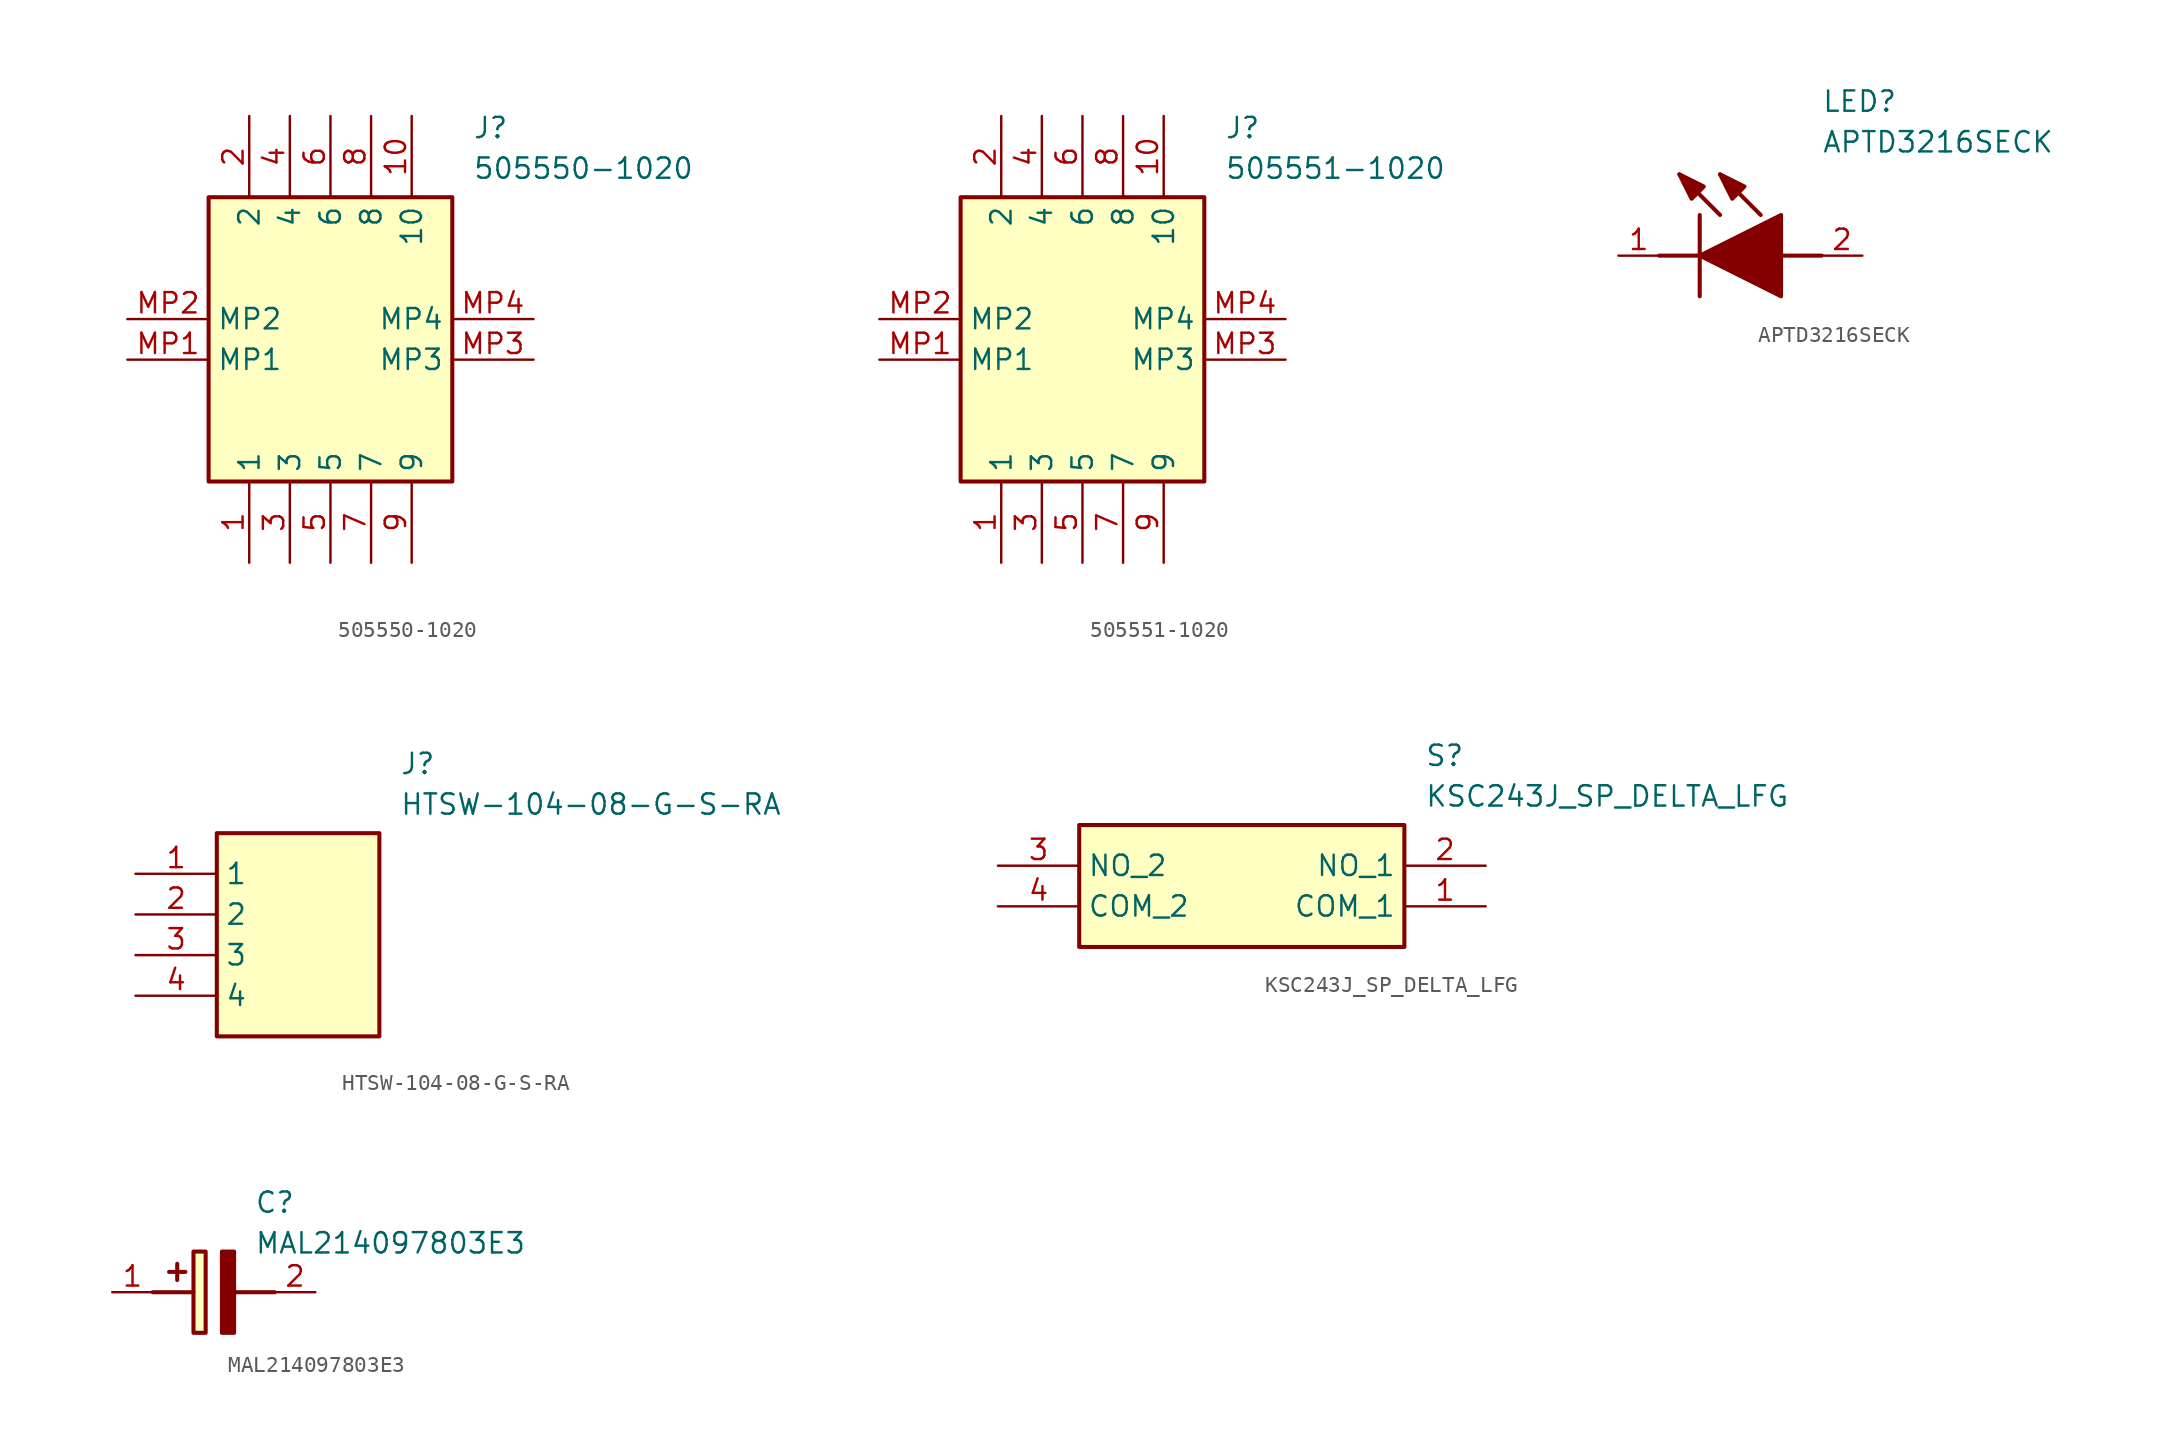
<source format=kicad_sym>
(kicad_symbol_lib
  (version 20220914)
  (generator SamacSys_ECAD_Model)
  (symbol "505550-1020"
    (property "Reference" "J"
      (at 21.59 12.7 0)
      (effects (font (size 1.27 1.27)) (justify left top)))
    (property "Value" "505550-1020"
      (at 21.59 10.16 0)
      (effects (font (size 1.27 1.27)) (justify left top)))
    (rectangle
      (start 5.08 7.62)
      (end 20.32 -10.16)
      (stroke (width 0.254) (type default))
      (fill (type background)))
    (pin passive line
      (at 7.62 -15.24 90)
      (length 5.08)
      (name "1" (effects (font (size 1.27 1.27))))
      (number "1" (effects (font (size 1.27 1.27)))))
    (pin passive line
      (at 7.62 12.7 270)
      (length 5.08)
      (name "2" (effects (font (size 1.27 1.27))))
      (number "2" (effects (font (size 1.27 1.27)))))
    (pin passive line
      (at 10.16 -15.24 90)
      (length 5.08)
      (name "3" (effects (font (size 1.27 1.27))))
      (number "3" (effects (font (size 1.27 1.27)))))
    (pin passive line
      (at 10.16 12.7 270)
      (length 5.08)
      (name "4" (effects (font (size 1.27 1.27))))
      (number "4" (effects (font (size 1.27 1.27)))))
    (pin passive line
      (at 12.7 -15.24 90)
      (length 5.08)
      (name "5" (effects (font (size 1.27 1.27))))
      (number "5" (effects (font (size 1.27 1.27)))))
    (pin passive line
      (at 12.7 12.7 270)
      (length 5.08)
      (name "6" (effects (font (size 1.27 1.27))))
      (number "6" (effects (font (size 1.27 1.27)))))
    (pin passive line
      (at 15.24 -15.24 90)
      (length 5.08)
      (name "7" (effects (font (size 1.27 1.27))))
      (number "7" (effects (font (size 1.27 1.27)))))
    (pin passive line
      (at 15.24 12.7 270)
      (length 5.08)
      (name "8" (effects (font (size 1.27 1.27))))
      (number "8" (effects (font (size 1.27 1.27)))))
    (pin passive line
      (at 17.78 -15.24 90)
      (length 5.08)
      (name "9" (effects (font (size 1.27 1.27))))
      (number "9" (effects (font (size 1.27 1.27)))))
    (pin passive line
      (at 17.78 12.7 270)
      (length 5.08)
      (name "10" (effects (font (size 1.27 1.27))))
      (number "10" (effects (font (size 1.27 1.27)))))
    (pin passive line
      (at 0 -2.54 0)
      (length 5.08)
      (name "MP1" (effects (font (size 1.27 1.27))))
      (number "MP1" (effects (font (size 1.27 1.27)))))
    (pin passive line
      (at 0 0 0)
      (length 5.08)
      (name "MP2" (effects (font (size 1.27 1.27))))
      (number "MP2" (effects (font (size 1.27 1.27)))))
    (pin passive line
      (at 25.4 -2.54 180)
      (length 5.08)
      (name "MP3" (effects (font (size 1.27 1.27))))
      (number "MP3" (effects (font (size 1.27 1.27)))))
    (pin passive line
      (at 25.4 0 180)
      (length 5.08)
      (name "MP4" (effects (font (size 1.27 1.27))))
      (number "MP4" (effects (font (size 1.27 1.27))))))
  (symbol "505551-1020"
    (property "Reference" "J"
      (at 21.59 12.7 0)
      (effects (font (size 1.27 1.27)) (justify left top)))
    (property "Value" "505551-1020"
      (at 21.59 10.16 0)
      (effects (font (size 1.27 1.27)) (justify left top)))
    (rectangle
      (start 5.08 7.62)
      (end 20.32 -10.16)
      (stroke (width 0.254) (type default))
      (fill (type background)))
    (pin passive line
      (at 7.62 -15.24 90)
      (length 5.08)
      (name "1" (effects (font (size 1.27 1.27))))
      (number "1" (effects (font (size 1.27 1.27)))))
    (pin passive line
      (at 7.62 12.7 270)
      (length 5.08)
      (name "2" (effects (font (size 1.27 1.27))))
      (number "2" (effects (font (size 1.27 1.27)))))
    (pin passive line
      (at 10.16 -15.24 90)
      (length 5.08)
      (name "3" (effects (font (size 1.27 1.27))))
      (number "3" (effects (font (size 1.27 1.27)))))
    (pin passive line
      (at 10.16 12.7 270)
      (length 5.08)
      (name "4" (effects (font (size 1.27 1.27))))
      (number "4" (effects (font (size 1.27 1.27)))))
    (pin passive line
      (at 12.7 -15.24 90)
      (length 5.08)
      (name "5" (effects (font (size 1.27 1.27))))
      (number "5" (effects (font (size 1.27 1.27)))))
    (pin passive line
      (at 12.7 12.7 270)
      (length 5.08)
      (name "6" (effects (font (size 1.27 1.27))))
      (number "6" (effects (font (size 1.27 1.27)))))
    (pin passive line
      (at 15.24 -15.24 90)
      (length 5.08)
      (name "7" (effects (font (size 1.27 1.27))))
      (number "7" (effects (font (size 1.27 1.27)))))
    (pin passive line
      (at 15.24 12.7 270)
      (length 5.08)
      (name "8" (effects (font (size 1.27 1.27))))
      (number "8" (effects (font (size 1.27 1.27)))))
    (pin passive line
      (at 17.78 -15.24 90)
      (length 5.08)
      (name "9" (effects (font (size 1.27 1.27))))
      (number "9" (effects (font (size 1.27 1.27)))))
    (pin passive line
      (at 17.78 12.7 270)
      (length 5.08)
      (name "10" (effects (font (size 1.27 1.27))))
      (number "10" (effects (font (size 1.27 1.27)))))
    (pin passive line
      (at 0 -2.54 0)
      (length 5.08)
      (name "MP1" (effects (font (size 1.27 1.27))))
      (number "MP1" (effects (font (size 1.27 1.27)))))
    (pin passive line
      (at 0 0 0)
      (length 5.08)
      (name "MP2" (effects (font (size 1.27 1.27))))
      (number "MP2" (effects (font (size 1.27 1.27)))))
    (pin passive line
      (at 25.4 -2.54 180)
      (length 5.08)
      (name "MP3" (effects (font (size 1.27 1.27))))
      (number "MP3" (effects (font (size 1.27 1.27)))))
    (pin passive line
      (at 25.4 0 180)
      (length 5.08)
      (name "MP4" (effects (font (size 1.27 1.27))))
      (number "MP4" (effects (font (size 1.27 1.27))))))
  (symbol "APTD3216SECK"
    (pin_names hide)
    (property "Reference" "LED"
      (at 12.7 8.89 0)
      (effects (font (size 1.27 1.27)) (justify left bottom)))
    (property "Value" "APTD3216SECK"
      (at 12.7 6.35 0)
      (effects (font (size 1.27 1.27)) (justify left bottom)))
    (polyline
      (pts (xy 5.08 2.54) (xy 5.08 -2.54))
      (stroke (width 0.254) (type default))
      (fill (type none)))
    (polyline
      (pts (xy 6.35 2.54) (xy 3.81 5.08))
      (stroke (width 0.254) (type default))
      (fill (type none)))
    (polyline
      (pts (xy 8.89 2.54) (xy 6.35 5.08))
      (stroke (width 0.254) (type default))
      (fill (type none)))
    (polyline
      (pts (xy 2.54 0) (xy 5.08 0))
      (stroke (width 0.254) (type default))
      (fill (type none)))
    (polyline
      (pts (xy 10.16 0) (xy 12.7 0))
      (stroke (width 0.254) (type default))
      (fill (type none)))
    (polyline
      (pts (xy 5.08 0) (xy 10.16 2.54) (xy 10.16 -2.54) (xy 5.08 0))
      (stroke (width 0.254) (type default))
      (fill (type outline)))
    (polyline
      (pts (xy 5.334 4.318) (xy 4.572 3.556) (xy 3.81 5.08) (xy 5.334 4.318))
      (stroke (width 0.254) (type default))
      (fill (type outline)))
    (polyline
      (pts (xy 7.874 4.318) (xy 7.112 3.556) (xy 6.35 5.08) (xy 7.874 4.318))
      (stroke (width 0.254) (type default))
      (fill (type outline)))
    (pin passive line
      (at 0 0 0)
      (length 2.54)
      (name "K" (effects (font (size 1.27 1.27))))
      (number "1" (effects (font (size 1.27 1.27)))))
    (pin passive line
      (at 15.24 0 180)
      (length 2.54)
      (name "A" (effects (font (size 1.27 1.27))))
      (number "2" (effects (font (size 1.27 1.27))))))
  (symbol "HTSW-104-08-G-S-RA"
    (property "Reference" "J"
      (at 16.51 7.62 0)
      (effects (font (size 1.27 1.27)) (justify left top)))
    (property "Value" "HTSW-104-08-G-S-RA"
      (at 16.51 5.08 0)
      (effects (font (size 1.27 1.27)) (justify left top)))
    (rectangle
      (start 5.08 2.54)
      (end 15.24 -10.16)
      (stroke (width 0.254) (type default))
      (fill (type background)))
    (pin passive line
      (at 0 0 0)
      (length 5.08)
      (name "1" (effects (font (size 1.27 1.27))))
      (number "1" (effects (font (size 1.27 1.27)))))
    (pin passive line
      (at 0 -2.54 0)
      (length 5.08)
      (name "2" (effects (font (size 1.27 1.27))))
      (number "2" (effects (font (size 1.27 1.27)))))
    (pin passive line
      (at 0 -5.08 0)
      (length 5.08)
      (name "3" (effects (font (size 1.27 1.27))))
      (number "3" (effects (font (size 1.27 1.27)))))
    (pin passive line
      (at 0 -7.62 0)
      (length 5.08)
      (name "4" (effects (font (size 1.27 1.27))))
      (number "4" (effects (font (size 1.27 1.27))))))
  (symbol "KSC243J_SP_DELTA_LFG"
    (property "Reference" "S"
      (at 26.67 7.62 0)
      (effects (font (size 1.27 1.27)) (justify left top)))
    (property "Value" "KSC243J_SP_DELTA_LFG"
      (at 26.67 5.08 0)
      (effects (font (size 1.27 1.27)) (justify left top)))
    (rectangle
      (start 5.08 2.54)
      (end 25.4 -5.08)
      (stroke (width 0.254) (type default))
      (fill (type background)))
    (pin passive line
      (at 30.48 -2.54 180)
      (length 5.08)
      (name "COM_1" (effects (font (size 1.27 1.27))))
      (number "1" (effects (font (size 1.27 1.27)))))
    (pin passive line
      (at 30.48 0 180)
      (length 5.08)
      (name "NO_1" (effects (font (size 1.27 1.27))))
      (number "2" (effects (font (size 1.27 1.27)))))
    (pin passive line
      (at 0 0 0)
      (length 5.08)
      (name "NO_2" (effects (font (size 1.27 1.27))))
      (number "3" (effects (font (size 1.27 1.27)))))
    (pin passive line
      (at 0 -2.54 0)
      (length 5.08)
      (name "COM_2" (effects (font (size 1.27 1.27))))
      (number "4" (effects (font (size 1.27 1.27))))))
  (symbol "MAL214097803E3"
    (pin_names hide)
    (property "Reference" "C"
      (at 8.89 6.35 0)
      (effects (font (size 1.27 1.27)) (justify left top)))
    (property "Value" "MAL214097803E3"
      (at 8.89 3.81 0)
      (effects (font (size 1.27 1.27)) (justify left top)))
    (rectangle
      (start 5.08 2.54)
      (end 5.842 -2.54)
      (stroke (width 0.254) (type default))
      (fill (type background)))
    (polyline
      (pts (xy 4.572 1.27) (xy 3.556 1.27))
      (stroke (width 0.254) (type default))
      (fill (type none)))
    (polyline
      (pts (xy 4.064 1.778) (xy 4.064 0.762))
      (stroke (width 0.254) (type default))
      (fill (type none)))
    (polyline
      (pts (xy 2.54 0) (xy 5.08 0))
      (stroke (width 0.254) (type default))
      (fill (type none)))
    (polyline
      (pts (xy 7.62 0) (xy 10.16 0))
      (stroke (width 0.254) (type default))
      (fill (type none)))
    (polyline
      (pts (xy 7.62 2.54) (xy 7.62 -2.54) (xy 6.858 -2.54) (xy 6.858 2.54) (xy 7.62 2.54))
      (stroke (width 0.254) (type default))
      (fill (type outline)))
    (pin passive line
      (at 0 0 0)
      (length 2.54)
      (name "+" (effects (font (size 1.27 1.27))))
      (number "1" (effects (font (size 1.27 1.27)))))
    (pin passive line
      (at 12.7 0 180)
      (length 2.54)
      (name "-" (effects (font (size 1.27 1.27))))
      (number "2" (effects (font (size 1.27 1.27)))))))
</source>
